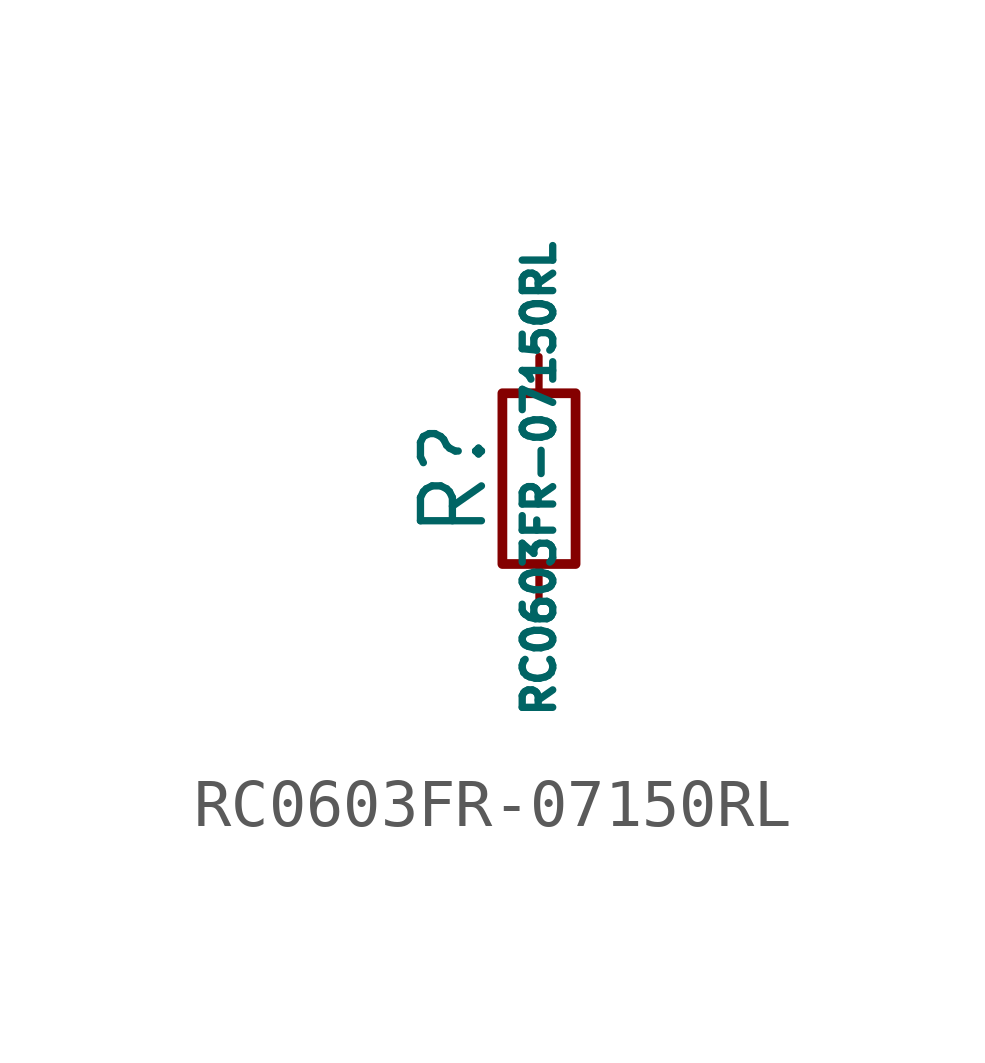
<source format=kicad_sym>
(kicad_symbol_lib
  (version 20220914)
  (generator kicad_symbol_editor)
  (symbol "RC0603FR-07150RL"
    (pin_numbers hide)
    (pin_names
      (offset 0.254) hide)
    (property "Reference" "R"
      (at -1.778 0 90)
      (effects (font (size 1.27 1.27))))
    (property "Value" "RC0603FR-07150RL"
      (at 0 0 90)
      (effects (font (size 0.635 0.635))))
    (symbol "RC0603FR-07150RL_0_1"
      (rectangle (start -0.762 1.778) (end 0.762 -1.778) (stroke (width 0.203) (type default)) (fill (type none))))
    (symbol "RC0603FR-07150RL_1_1"
      (pin passive line (at 0 2.54 270) (length 0.762) (name "~" (effects (font (size 1.27 1.27)))) (number "1" (effects (font (size 1.27 1.27)))))
      (pin passive line (at 0 -2.54 90) (length 0.762) (name "~" (effects (font (size 1.27 1.27)))) (number "2" (effects (font (size 1.27 1.27))))))))
</source>
